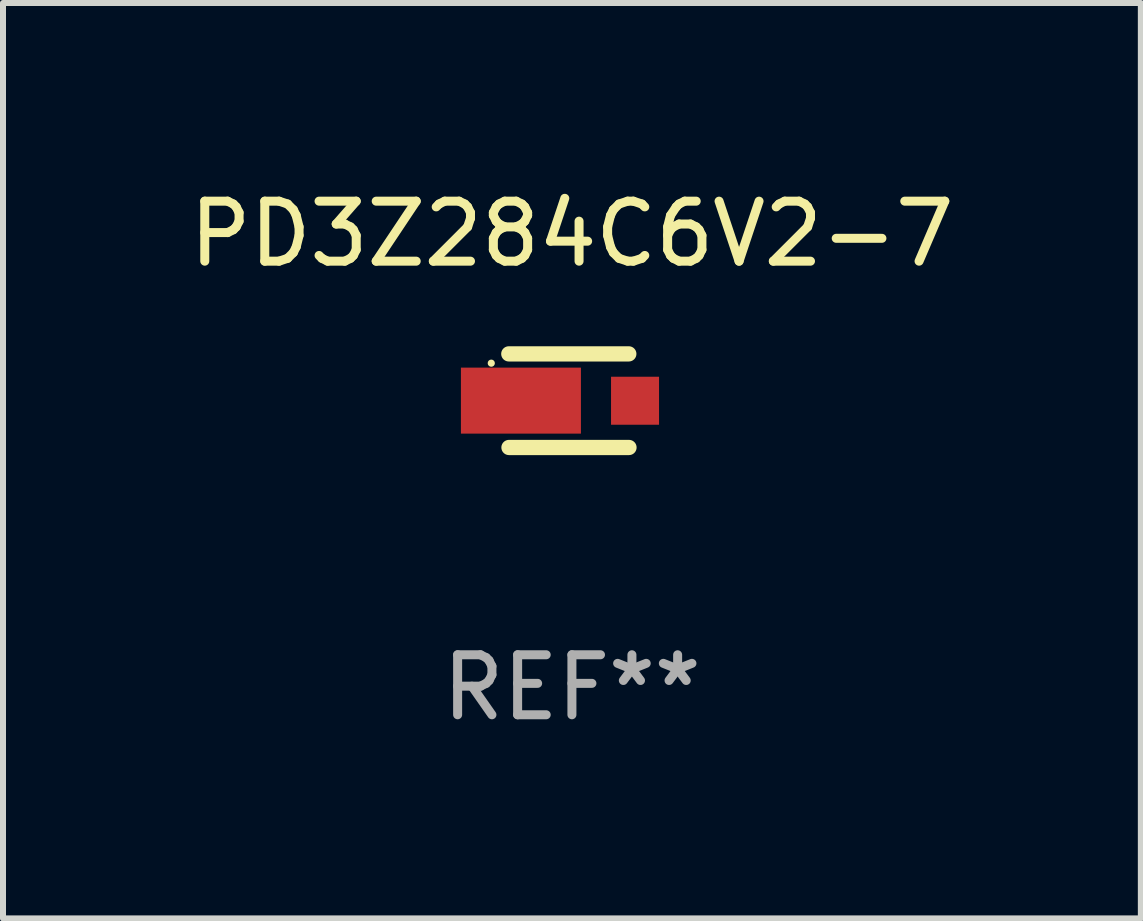
<source format=kicad_pcb>
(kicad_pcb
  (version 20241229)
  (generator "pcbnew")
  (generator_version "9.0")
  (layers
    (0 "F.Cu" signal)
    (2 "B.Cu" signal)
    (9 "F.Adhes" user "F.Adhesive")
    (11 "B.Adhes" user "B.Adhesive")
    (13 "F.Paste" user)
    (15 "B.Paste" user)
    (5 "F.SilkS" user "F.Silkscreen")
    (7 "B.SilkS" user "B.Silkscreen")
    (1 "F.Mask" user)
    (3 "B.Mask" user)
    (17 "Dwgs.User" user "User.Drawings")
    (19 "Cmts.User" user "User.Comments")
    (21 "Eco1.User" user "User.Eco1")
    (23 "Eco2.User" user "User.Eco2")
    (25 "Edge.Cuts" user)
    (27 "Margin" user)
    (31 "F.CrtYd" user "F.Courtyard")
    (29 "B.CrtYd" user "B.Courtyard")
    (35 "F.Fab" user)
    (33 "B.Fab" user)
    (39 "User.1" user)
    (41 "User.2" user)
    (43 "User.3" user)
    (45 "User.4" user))
  (footprint "PD3Z284C6V2-7"
    (layer "F.Cu")
    (at 6.482 3.628)
    (property "Reference" "PD3Z284C6V2-7" (at 0 -2.78 0) (layer "F.SilkS") (effects (font (size 1 1) (thickness 0.15))))
    (attr through_hole)
    (fp_line (start -1.049 0.78) (end 0.951 0.78) (stroke (width 0.254) (type solid)) (layer "F.SilkS"))
    (fp_line (start 0.948 -0.78) (end -1.052 -0.78) (stroke (width 0.254) (type solid)) (layer "F.SilkS"))
    (fp_circle (center -1.344 -0.625) (end -1.314 -0.625) (stroke (width 0.06) (type solid)) (fill no) (layer "F.SilkS"))
    (fp_text user "REF**" (at 0 4.78 0) (layer "F.Fab") (effects (font (size 1 1) (thickness 0.15))))
    (pad "1" smd rect (at -0.85 -0.001) (size 2 1.1) (layers "F.Cu" "F.Mask" "F.Paste"))
    (pad "2" smd rect (at 1.052 0.001) (size 0.8 0.8) (layers "F.Cu" "F.Mask" "F.Paste")))
  (gr_rect
    (start -3 -3)
    (end 15.964 12.257)
    (stroke (width 0.1) (type default))
    (fill no)
    (layer "Edge.Cuts")))
</source>
